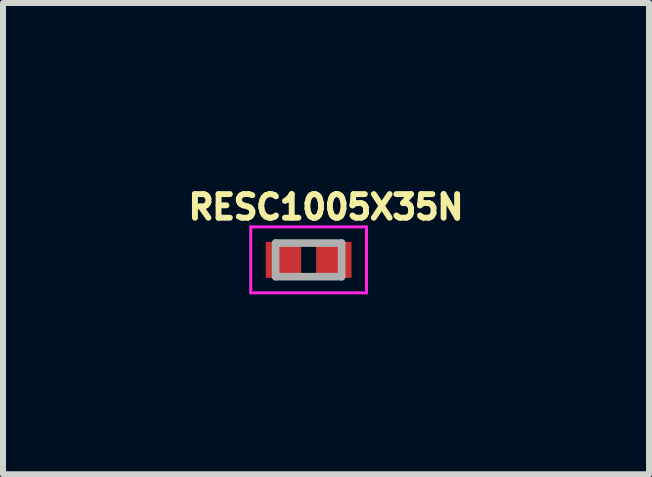
<source format=kicad_pcb>
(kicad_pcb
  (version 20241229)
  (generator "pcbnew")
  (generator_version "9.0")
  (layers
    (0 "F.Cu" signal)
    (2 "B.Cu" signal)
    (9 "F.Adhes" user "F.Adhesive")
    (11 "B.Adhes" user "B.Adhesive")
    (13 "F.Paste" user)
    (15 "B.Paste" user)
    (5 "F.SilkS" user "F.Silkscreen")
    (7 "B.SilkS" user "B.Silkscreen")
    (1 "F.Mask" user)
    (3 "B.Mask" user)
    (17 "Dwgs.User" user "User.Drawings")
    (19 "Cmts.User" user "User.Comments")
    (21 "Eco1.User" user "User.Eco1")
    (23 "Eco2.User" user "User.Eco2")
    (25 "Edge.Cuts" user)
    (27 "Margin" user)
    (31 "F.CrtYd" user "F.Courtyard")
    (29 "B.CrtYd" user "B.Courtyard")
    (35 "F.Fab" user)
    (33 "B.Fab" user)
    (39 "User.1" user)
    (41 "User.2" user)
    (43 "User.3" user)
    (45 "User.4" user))
  (footprint "RESC1005X35N"
    (layer "F.Cu")
    (at 2.096 1.283)
    (property "Reference" "RESC1005X35N" (at 0.29 -0.88 0) (layer "F.SilkS") (effects (font (size 0.394 0.394) (thickness 0.15))))
    (attr smd)
    (fp_line (start -0.965 -0.55) (end 0.965 -0.55) (stroke (width 0.05) (type solid)) (layer "F.CrtYd"))
    (fp_line (start -0.965 0.55) (end -0.965 -0.55) (stroke (width 0.05) (type solid)) (layer "F.CrtYd"))
    (fp_line (start -0.965 0.55) (end 0.965 0.55) (stroke (width 0.05) (type solid)) (layer "F.CrtYd"))
    (fp_line (start 0.965 0.55) (end 0.965 -0.55) (stroke (width 0.05) (type solid)) (layer "F.CrtYd"))
    (fp_line (start -0.55 0.28) (end -0.55 -0.28) (stroke (width 0.127) (type solid)) (layer "F.Fab"))
    (fp_line (start 0.55 -0.28) (end -0.55 -0.28) (stroke (width 0.127) (type solid)) (layer "F.Fab"))
    (fp_line (start 0.55 0.28) (end -0.55 0.28) (stroke (width 0.127) (type solid)) (layer "F.Fab"))
    (fp_line (start 0.55 0.28) (end 0.55 -0.28) (stroke (width 0.127) (type solid)) (layer "F.Fab"))
    (pad "1" smd rect (at -0.42 0) (size 0.59 0.6) (layers "F.Cu" "F.Mask" "F.Paste"))
    (pad "2" smd rect (at 0.42 0) (size 0.59 0.6) (layers "F.Cu" "F.Mask" "F.Paste")))
  (gr_rect
    (start -3 -3)
    (end 7.772 4.858)
    (stroke (width 0.1) (type default))
    (fill no)
    (layer "Edge.Cuts")))
</source>
